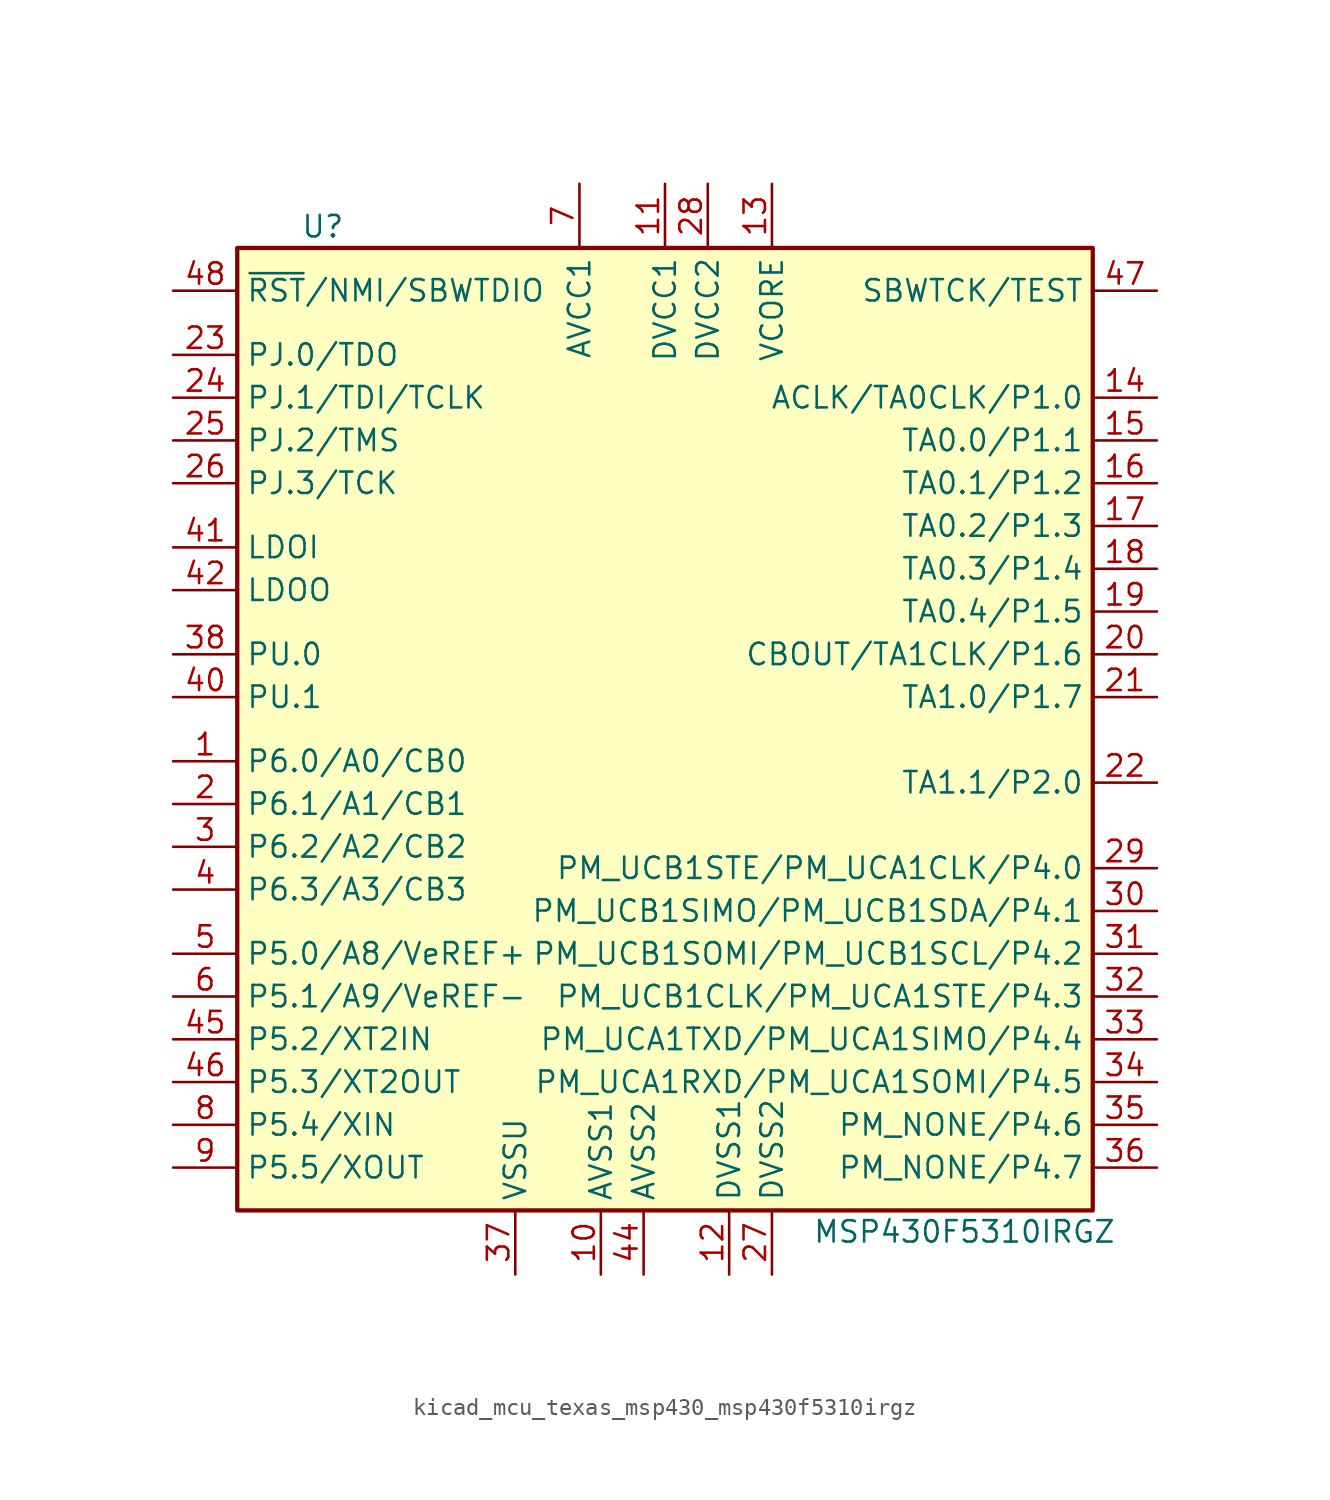
<source format=kicad_sym>
(kicad_symbol_lib
  (version 20220914)
  (generator kicad_symbol_editor)
  (symbol "kicad_mcu_texas_msp430_msp430f5310irgz"
    (property "Reference" "U"
      (at -21.59 30.48 0)
      (effects (font (size 1.27 1.27))))
    (property "Value" "MSP430F5310IRGZ"
      (at 16.51 -29.21 0)
      (effects (font (size 1.27 1.27))))
    (symbol "kicad_mcu_texas_msp430_msp430f5310irgz_0_1"
      (rectangle (start -26.67 29.21) (end 24.13 -27.94) (stroke (width 0.254) (type default)) (fill (type background))))
    (symbol "kicad_mcu_texas_msp430_msp430f5310irgz_1_1"
      (pin bidirectional line (at -30.48 -1.27 0) (length 3.81) (name "P6.0/A0/CB0" (effects (font (size 1.27 1.27)))) (number "1" (effects (font (size 1.27 1.27)))))
      (pin power_in line (at -5.08 -31.75 90) (length 3.81) (name "AVSS1" (effects (font (size 1.27 1.27)))) (number "10" (effects (font (size 1.27 1.27)))))
      (pin power_in line (at -1.27 33.02 270) (length 3.81) (name "DVCC1" (effects (font (size 1.27 1.27)))) (number "11" (effects (font (size 1.27 1.27)))))
      (pin power_in line (at 2.54 -31.75 90) (length 3.81) (name "DVSS1" (effects (font (size 1.27 1.27)))) (number "12" (effects (font (size 1.27 1.27)))))
      (pin bidirectional line (at 5.08 33.02 270) (length 3.81) (name "VCORE" (effects (font (size 1.27 1.27)))) (number "13" (effects (font (size 1.27 1.27)))))
      (pin bidirectional line (at 27.94 20.32 180) (length 3.81) (name "ACLK/TA0CLK/P1.0" (effects (font (size 1.27 1.27)))) (number "14" (effects (font (size 1.27 1.27)))))
      (pin bidirectional line (at 27.94 17.78 180) (length 3.81) (name "TA0.0/P1.1" (effects (font (size 1.27 1.27)))) (number "15" (effects (font (size 1.27 1.27)))))
      (pin bidirectional line (at 27.94 15.24 180) (length 3.81) (name "TA0.1/P1.2" (effects (font (size 1.27 1.27)))) (number "16" (effects (font (size 1.27 1.27)))))
      (pin bidirectional line (at 27.94 12.7 180) (length 3.81) (name "TA0.2/P1.3" (effects (font (size 1.27 1.27)))) (number "17" (effects (font (size 1.27 1.27)))))
      (pin bidirectional line (at 27.94 10.16 180) (length 3.81) (name "TA0.3/P1.4" (effects (font (size 1.27 1.27)))) (number "18" (effects (font (size 1.27 1.27)))))
      (pin bidirectional line (at 27.94 7.62 180) (length 3.81) (name "TA0.4/P1.5" (effects (font (size 1.27 1.27)))) (number "19" (effects (font (size 1.27 1.27)))))
      (pin bidirectional line (at -30.48 -3.81 0) (length 3.81) (name "P6.1/A1/CB1" (effects (font (size 1.27 1.27)))) (number "2" (effects (font (size 1.27 1.27)))))
      (pin bidirectional line (at 27.94 5.08 180) (length 3.81) (name "CBOUT/TA1CLK/P1.6" (effects (font (size 1.27 1.27)))) (number "20" (effects (font (size 1.27 1.27)))))
      (pin bidirectional line (at 27.94 2.54 180) (length 3.81) (name "TA1.0/P1.7" (effects (font (size 1.27 1.27)))) (number "21" (effects (font (size 1.27 1.27)))))
      (pin bidirectional line (at 27.94 -2.54 180) (length 3.81) (name "TA1.1/P2.0" (effects (font (size 1.27 1.27)))) (number "22" (effects (font (size 1.27 1.27)))))
      (pin bidirectional line (at -30.48 22.86 0) (length 3.81) (name "PJ.0/TDO" (effects (font (size 1.27 1.27)))) (number "23" (effects (font (size 1.27 1.27)))))
      (pin bidirectional line (at -30.48 20.32 0) (length 3.81) (name "PJ.1/TDI/TCLK" (effects (font (size 1.27 1.27)))) (number "24" (effects (font (size 1.27 1.27)))))
      (pin bidirectional line (at -30.48 17.78 0) (length 3.81) (name "PJ.2/TMS" (effects (font (size 1.27 1.27)))) (number "25" (effects (font (size 1.27 1.27)))))
      (pin bidirectional line (at -30.48 15.24 0) (length 3.81) (name "PJ.3/TCK" (effects (font (size 1.27 1.27)))) (number "26" (effects (font (size 1.27 1.27)))))
      (pin power_in line (at 5.08 -31.75 90) (length 3.81) (name "DVSS2" (effects (font (size 1.27 1.27)))) (number "27" (effects (font (size 1.27 1.27)))))
      (pin power_in line (at 1.27 33.02 270) (length 3.81) (name "DVCC2" (effects (font (size 1.27 1.27)))) (number "28" (effects (font (size 1.27 1.27)))))
      (pin bidirectional line (at 27.94 -7.62 180) (length 3.81) (name "PM_UCB1STE/PM_UCA1CLK/P4.0" (effects (font (size 1.27 1.27)))) (number "29" (effects (font (size 1.27 1.27)))))
      (pin bidirectional line (at -30.48 -6.35 0) (length 3.81) (name "P6.2/A2/CB2" (effects (font (size 1.27 1.27)))) (number "3" (effects (font (size 1.27 1.27)))))
      (pin bidirectional line (at 27.94 -10.16 180) (length 3.81) (name "PM_UCB1SIMO/PM_UCB1SDA/P4.1" (effects (font (size 1.27 1.27)))) (number "30" (effects (font (size 1.27 1.27)))))
      (pin bidirectional line (at 27.94 -12.7 180) (length 3.81) (name "PM_UCB1SOMI/PM_UCB1SCL/P4.2" (effects (font (size 1.27 1.27)))) (number "31" (effects (font (size 1.27 1.27)))))
      (pin bidirectional line (at 27.94 -15.24 180) (length 3.81) (name "PM_UCB1CLK/PM_UCA1STE/P4.3" (effects (font (size 1.27 1.27)))) (number "32" (effects (font (size 1.27 1.27)))))
      (pin bidirectional line (at 27.94 -17.78 180) (length 3.81) (name "PM_UCA1TXD/PM_UCA1SIMO/P4.4" (effects (font (size 1.27 1.27)))) (number "33" (effects (font (size 1.27 1.27)))))
      (pin bidirectional line (at 27.94 -20.32 180) (length 3.81) (name "PM_UCA1RXD/PM_UCA1SOMI/P4.5" (effects (font (size 1.27 1.27)))) (number "34" (effects (font (size 1.27 1.27)))))
      (pin bidirectional line (at 27.94 -22.86 180) (length 3.81) (name "PM_NONE/P4.6" (effects (font (size 1.27 1.27)))) (number "35" (effects (font (size 1.27 1.27)))))
      (pin bidirectional line (at 27.94 -25.4 180) (length 3.81) (name "PM_NONE/P4.7" (effects (font (size 1.27 1.27)))) (number "36" (effects (font (size 1.27 1.27)))))
      (pin power_in line (at -10.16 -31.75 90) (length 3.81) (name "VSSU" (effects (font (size 1.27 1.27)))) (number "37" (effects (font (size 1.27 1.27)))))
      (pin bidirectional line (at -30.48 5.08 0) (length 3.81) (name "PU.0" (effects (font (size 1.27 1.27)))) (number "38" (effects (font (size 1.27 1.27)))))
      (pin bidirectional line (at -30.48 -8.89 0) (length 3.81) (name "P6.3/A3/CB3" (effects (font (size 1.27 1.27)))) (number "4" (effects (font (size 1.27 1.27)))))
      (pin bidirectional line (at -30.48 2.54 0) (length 3.81) (name "PU.1" (effects (font (size 1.27 1.27)))) (number "40" (effects (font (size 1.27 1.27)))))
      (pin power_in line (at -30.48 11.43 0) (length 3.81) (name "LDOI" (effects (font (size 1.27 1.27)))) (number "41" (effects (font (size 1.27 1.27)))))
      (pin power_out line (at -30.48 8.89 0) (length 3.81) (name "LDOO" (effects (font (size 1.27 1.27)))) (number "42" (effects (font (size 1.27 1.27)))))
      (pin power_in line (at -2.54 -31.75 90) (length 3.81) (name "AVSS2" (effects (font (size 1.27 1.27)))) (number "44" (effects (font (size 1.27 1.27)))))
      (pin bidirectional line (at -30.48 -17.78 0) (length 3.81) (name "P5.2/XT2IN" (effects (font (size 1.27 1.27)))) (number "45" (effects (font (size 1.27 1.27)))))
      (pin bidirectional line (at -30.48 -20.32 0) (length 3.81) (name "P5.3/XT2OUT" (effects (font (size 1.27 1.27)))) (number "46" (effects (font (size 1.27 1.27)))))
      (pin input line (at 27.94 26.67 180) (length 3.81) (name "SBWTCK/TEST" (effects (font (size 1.27 1.27)))) (number "47" (effects (font (size 1.27 1.27)))))
      (pin input line (at -30.48 26.67 0) (length 3.81) (name "~{RST}/NMI/SBWTDIO" (effects (font (size 1.27 1.27)))) (number "48" (effects (font (size 1.27 1.27)))))
      (pin bidirectional line (at -30.48 -12.7 0) (length 3.81) (name "P5.0/A8/VeREF+" (effects (font (size 1.27 1.27)))) (number "5" (effects (font (size 1.27 1.27)))))
      (pin bidirectional line (at -30.48 -15.24 0) (length 3.81) (name "P5.1/A9/VeREF-" (effects (font (size 1.27 1.27)))) (number "6" (effects (font (size 1.27 1.27)))))
      (pin power_in line (at -6.35 33.02 270) (length 3.81) (name "AVCC1" (effects (font (size 1.27 1.27)))) (number "7" (effects (font (size 1.27 1.27)))))
      (pin bidirectional line (at -30.48 -22.86 0) (length 3.81) (name "P5.4/XIN" (effects (font (size 1.27 1.27)))) (number "8" (effects (font (size 1.27 1.27)))))
      (pin bidirectional line (at -30.48 -25.4 0) (length 3.81) (name "P5.5/XOUT" (effects (font (size 1.27 1.27)))) (number "9" (effects (font (size 1.27 1.27))))))))
</source>
